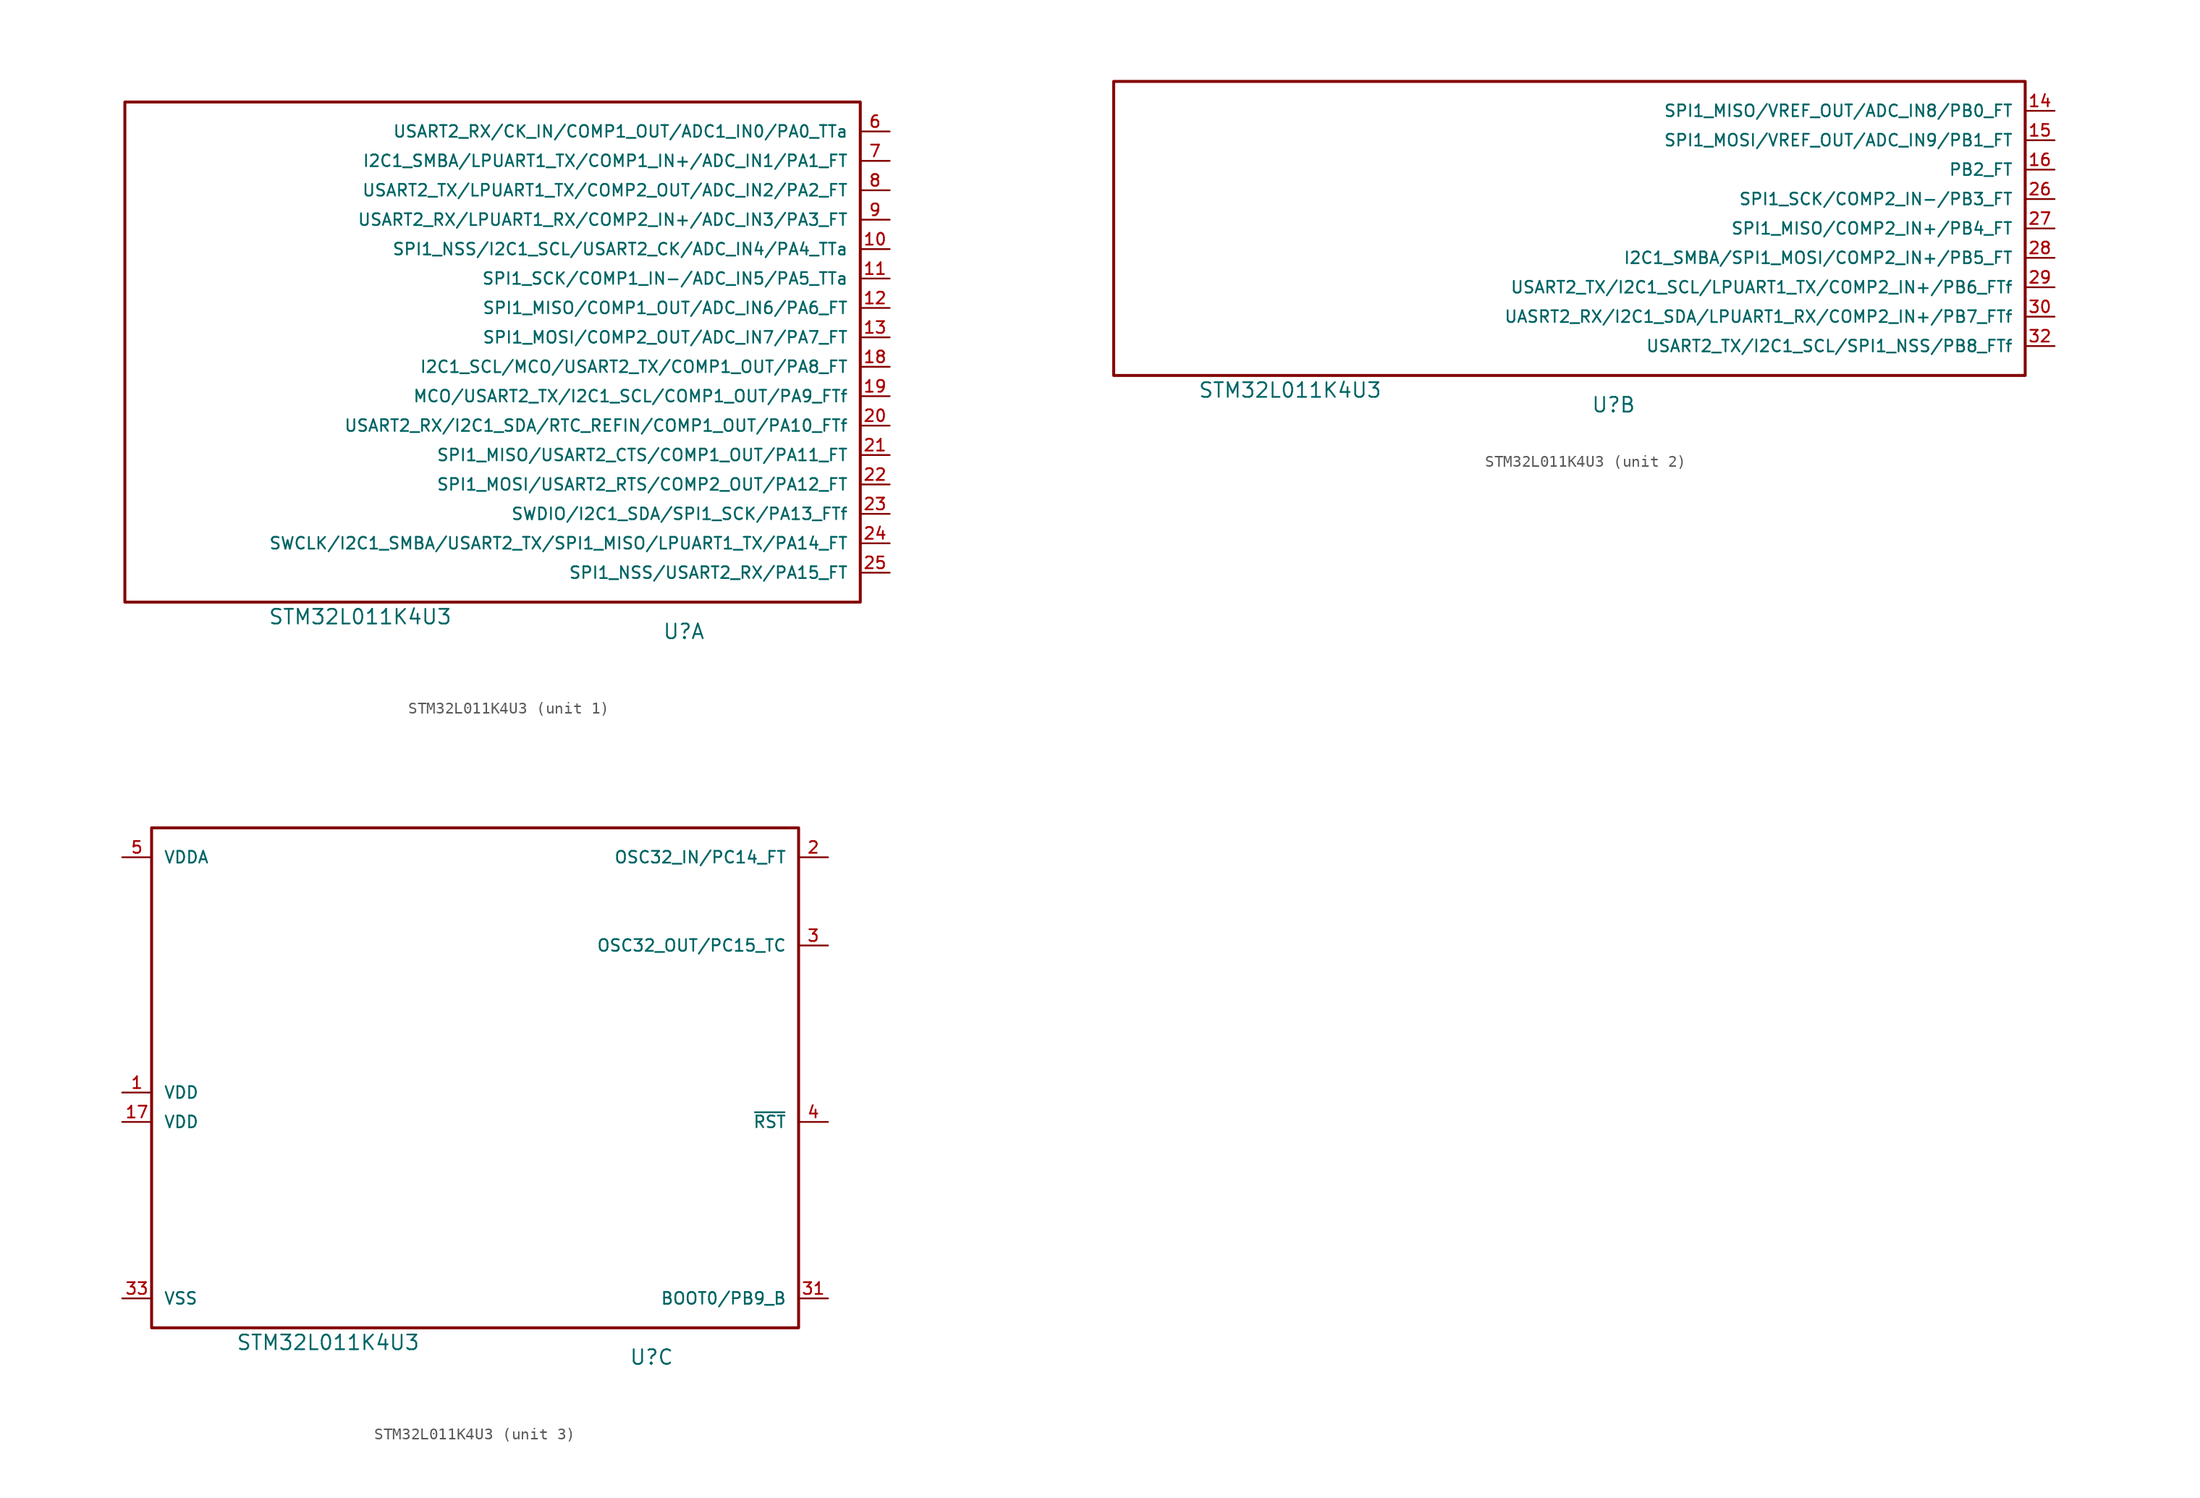
<source format=kicad_sym>
(kicad_symbol_lib
  (version 20220914)
  (generator kicad_symbol_editor)
  (symbol "STM32L011K4U3"
    (pin_names
      (offset 1.016))
    (property "Reference" "U"
      (at 43.18 -2.54 0)
      (effects (font (size 1.27 1.27))))
    (property "Value" "STM32L011K4U3"
      (at 15.24 -1.27 0)
      (effects (font (size 1.27 1.27))))
    (property "ki_locked" ""
      (at 0 0 0)
      (effects (font (size 1.27 1.27))))
    (symbol "STM32L011K4U3_1_1"
      (rectangle (start -5.08 43.18) (end 58.42 0) (stroke (width 0.254) (type solid)) (fill (type none)))
      (pin bidirectional line (at 60.96 30.48 180) (length 2.54) (name "SPI1_NSS/I2C1_SCL/USART2_CK/ADC_IN4/PA4_TTa" (effects (font (size 1.016 1.016)))) (number "10" (effects (font (size 1.016 1.016)))))
      (pin bidirectional line (at 60.96 27.94 180) (length 2.54) (name "SPI1_SCK/COMP1_IN-/ADC_IN5/PA5_TTa" (effects (font (size 1.016 1.016)))) (number "11" (effects (font (size 1.016 1.016)))))
      (pin bidirectional line (at 60.96 25.4 180) (length 2.54) (name "SPI1_MISO/COMP1_OUT/ADC_IN6/PA6_FT" (effects (font (size 1.016 1.016)))) (number "12" (effects (font (size 1.016 1.016)))))
      (pin bidirectional line (at 60.96 22.86 180) (length 2.54) (name "SPI1_MOSI/COMP2_OUT/ADC_IN7/PA7_FT" (effects (font (size 1.016 1.016)))) (number "13" (effects (font (size 1.016 1.016)))))
      (pin bidirectional line (at 60.96 20.32 180) (length 2.54) (name "I2C1_SCL/MCO/USART2_TX/COMP1_OUT/PA8_FT" (effects (font (size 1.016 1.016)))) (number "18" (effects (font (size 1.016 1.016)))))
      (pin bidirectional line (at 60.96 17.78 180) (length 2.54) (name "MCO/USART2_TX/I2C1_SCL/COMP1_OUT/PA9_FTf" (effects (font (size 1.016 1.016)))) (number "19" (effects (font (size 1.016 1.016)))))
      (pin bidirectional line (at 60.96 15.24 180) (length 2.54) (name "USART2_RX/I2C1_SDA/RTC_REFIN/COMP1_OUT/PA10_FTf" (effects (font (size 1.016 1.016)))) (number "20" (effects (font (size 1.016 1.016)))))
      (pin bidirectional line (at 60.96 12.7 180) (length 2.54) (name "SPI1_MISO/USART2_CTS/COMP1_OUT/PA11_FT" (effects (font (size 1.016 1.016)))) (number "21" (effects (font (size 1.016 1.016)))))
      (pin bidirectional line (at 60.96 10.16 180) (length 2.54) (name "SPI1_MOSI/USART2_RTS/COMP2_OUT/PA12_FT" (effects (font (size 1.016 1.016)))) (number "22" (effects (font (size 1.016 1.016)))))
      (pin bidirectional line (at 60.96 7.62 180) (length 2.54) (name "SWDIO/I2C1_SDA/SPI1_SCK/PA13_FTf" (effects (font (size 1.016 1.016)))) (number "23" (effects (font (size 1.016 1.016)))))
      (pin bidirectional line (at 60.96 5.08 180) (length 2.54) (name "SWCLK/I2C1_SMBA/USART2_TX/SPI1_MISO/LPUART1_TX/PA14_FT" (effects (font (size 1.016 1.016)))) (number "24" (effects (font (size 1.016 1.016)))))
      (pin bidirectional line (at 60.96 2.54 180) (length 2.54) (name "SPI1_NSS/USART2_RX/PA15_FT" (effects (font (size 1.016 1.016)))) (number "25" (effects (font (size 1.016 1.016)))))
      (pin bidirectional line (at 60.96 40.64 180) (length 2.54) (name "USART2_RX/CK_IN/COMP1_OUT/ADC1_IN0/PA0_TTa" (effects (font (size 1.016 1.016)))) (number "6" (effects (font (size 1.016 1.016)))))
      (pin bidirectional line (at 60.96 38.1 180) (length 2.54) (name "I2C1_SMBA/LPUART1_TX/COMP1_IN+/ADC_IN1/PA1_FT" (effects (font (size 1.016 1.016)))) (number "7" (effects (font (size 1.016 1.016)))))
      (pin bidirectional line (at 60.96 35.56 180) (length 2.54) (name "USART2_TX/LPUART1_TX/COMP2_OUT/ADC_IN2/PA2_FT" (effects (font (size 1.016 1.016)))) (number "8" (effects (font (size 1.016 1.016)))))
      (pin bidirectional line (at 60.96 33.02 180) (length 2.54) (name "USART2_RX/LPUART1_RX/COMP2_IN+/ADC_IN3/PA3_FT" (effects (font (size 1.016 1.016)))) (number "9" (effects (font (size 1.016 1.016))))))
    (symbol "STM32L011K4U3_2_1"
      (rectangle (start 78.74 0) (end 0 25.4) (stroke (width 0.254) (type solid)) (fill (type none)))
      (pin bidirectional line (at 81.28 22.86 180) (length 2.54) (name "SPI1_MISO/VREF_OUT/ADC_IN8/PB0_FT" (effects (font (size 1.016 1.016)))) (number "14" (effects (font (size 1.016 1.016)))))
      (pin bidirectional line (at 81.28 20.32 180) (length 2.54) (name "SPI1_MOSI/VREF_OUT/ADC_IN9/PB1_FT" (effects (font (size 1.016 1.016)))) (number "15" (effects (font (size 1.016 1.016)))))
      (pin bidirectional line (at 81.28 17.78 180) (length 2.54) (name "PB2_FT" (effects (font (size 1.016 1.016)))) (number "16" (effects (font (size 1.016 1.016)))))
      (pin bidirectional line (at 81.28 15.24 180) (length 2.54) (name "SPI1_SCK/COMP2_IN-/PB3_FT" (effects (font (size 1.016 1.016)))) (number "26" (effects (font (size 1.016 1.016)))))
      (pin bidirectional line (at 81.28 12.7 180) (length 2.54) (name "SPI1_MISO/COMP2_IN+/PB4_FT" (effects (font (size 1.016 1.016)))) (number "27" (effects (font (size 1.016 1.016)))))
      (pin bidirectional line (at 81.28 10.16 180) (length 2.54) (name "I2C1_SMBA/SPI1_MOSI/COMP2_IN+/PB5_FT" (effects (font (size 1.016 1.016)))) (number "28" (effects (font (size 1.016 1.016)))))
      (pin bidirectional line (at 81.28 7.62 180) (length 2.54) (name "USART2_TX/I2C1_SCL/LPUART1_TX/COMP2_IN+/PB6_FTf" (effects (font (size 1.016 1.016)))) (number "29" (effects (font (size 1.016 1.016)))))
      (pin bidirectional line (at 81.28 5.08 180) (length 2.54) (name "UASRT2_RX/I2C1_SDA/LPUART1_RX/COMP2_IN+/PB7_FTf" (effects (font (size 1.016 1.016)))) (number "30" (effects (font (size 1.016 1.016)))))
      (pin bidirectional line (at 81.28 2.54 180) (length 2.54) (name "USART2_TX/I2C1_SCL/SPI1_NSS/PB8_FTf" (effects (font (size 1.016 1.016)))) (number "32" (effects (font (size 1.016 1.016))))))
    (symbol "STM32L011K4U3_3_1"
      (rectangle (start 55.88 0) (end 0 43.18) (stroke (width 0.254) (type solid)) (fill (type none)))
      (pin power_in line (at -2.54 20.32 0) (length 2.54) (name "VDD" (effects (font (size 1.016 1.016)))) (number "1" (effects (font (size 1.016 1.016)))))
      (pin power_in line (at -2.54 17.78 0) (length 2.54) (name "VDD" (effects (font (size 1.016 1.016)))) (number "17" (effects (font (size 1.016 1.016)))))
      (pin bidirectional line (at 58.42 40.64 180) (length 2.54) (name "OSC32_IN/PC14_FT" (effects (font (size 1.016 1.016)))) (number "2" (effects (font (size 1.016 1.016)))))
      (pin bidirectional line (at 58.42 33.02 180) (length 2.54) (name "OSC32_OUT/PC15_TC" (effects (font (size 1.016 1.016)))) (number "3" (effects (font (size 1.016 1.016)))))
      (pin input line (at 58.42 2.54 180) (length 2.54) (name "BOOT0/PB9_B" (effects (font (size 1.016 1.016)))) (number "31" (effects (font (size 1.016 1.016)))))
      (pin power_in line (at -2.54 2.54 0) (length 2.54) (name "VSS" (effects (font (size 1.016 1.016)))) (number "33" (effects (font (size 1.016 1.016)))))
      (pin bidirectional line (at 58.42 17.78 180) (length 2.54) (name "~{RST}" (effects (font (size 1.016 1.016)))) (number "4" (effects (font (size 1.016 1.016)))))
      (pin power_in line (at -2.54 40.64 0) (length 2.54) (name "VDDA" (effects (font (size 1.016 1.016)))) (number "5" (effects (font (size 1.016 1.016))))))))
</source>
